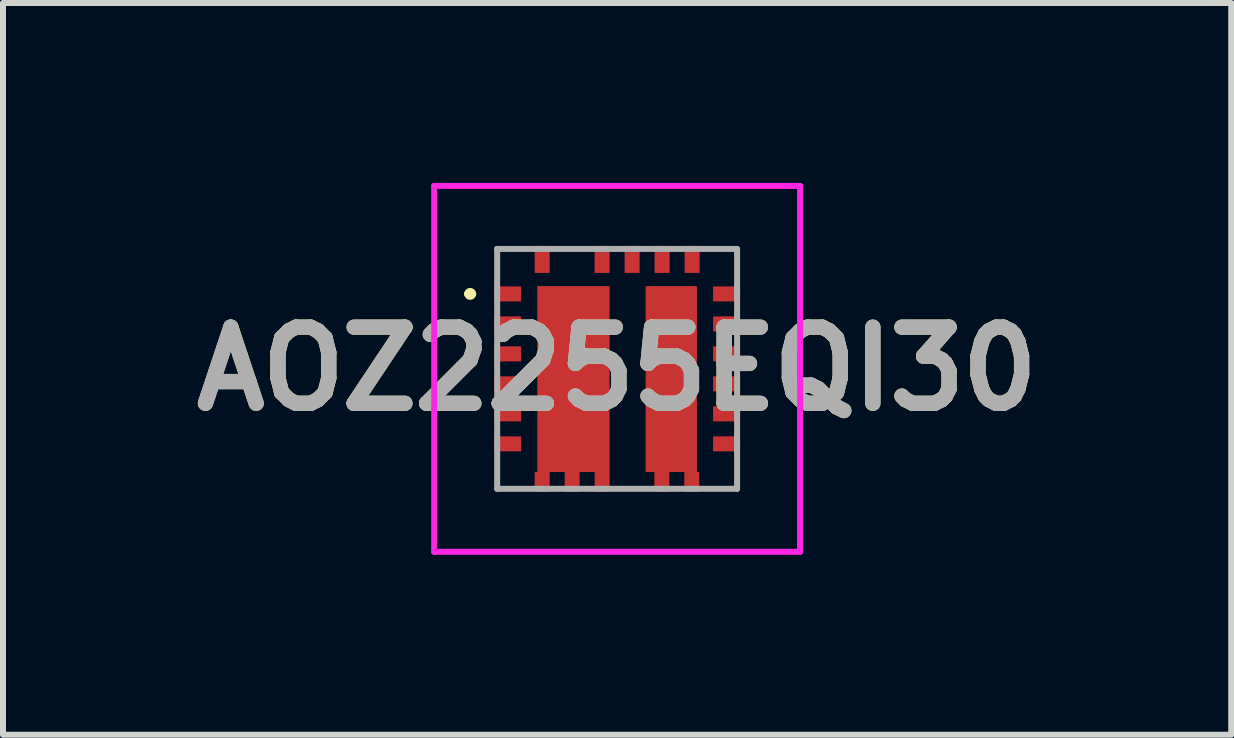
<source format=kicad_pcb>
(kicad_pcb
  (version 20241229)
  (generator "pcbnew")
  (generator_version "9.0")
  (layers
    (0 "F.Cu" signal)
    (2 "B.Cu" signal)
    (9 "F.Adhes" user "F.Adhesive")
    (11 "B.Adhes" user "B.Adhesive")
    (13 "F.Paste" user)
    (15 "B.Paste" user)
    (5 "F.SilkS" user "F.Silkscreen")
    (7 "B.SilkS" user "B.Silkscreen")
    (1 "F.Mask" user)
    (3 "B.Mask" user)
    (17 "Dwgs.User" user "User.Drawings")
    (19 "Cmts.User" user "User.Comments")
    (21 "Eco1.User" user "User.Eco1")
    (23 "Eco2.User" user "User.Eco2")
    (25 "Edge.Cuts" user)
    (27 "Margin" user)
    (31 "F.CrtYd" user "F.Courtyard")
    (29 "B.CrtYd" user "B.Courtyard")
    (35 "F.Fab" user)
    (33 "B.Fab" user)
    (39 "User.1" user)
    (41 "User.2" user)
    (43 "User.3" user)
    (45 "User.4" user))
  (footprint "AOZ2255EQI30"
    (layer "F.Cu")
    (at 7.239 3.1)
    (property "Reference" "AOZ2255EQI30" (at 0 0 0) (layer "F.SilkS") (effects (font (size 1.27 1.27) (thickness 0.254))))
    (attr smd)
    (fp_line (start -2.5 -1.25) (end -2.5 -1.25) (stroke (width 0.1) (type solid)) (layer "F.SilkS"))
    (fp_line (start -2.4 -1.25) (end -2.4 -1.25) (stroke (width 0.1) (type solid)) (layer "F.SilkS"))
    (fp_arc (start -2.5 -1.25) (mid -2.45 -1.3) (end -2.4 -1.25) (stroke (width 0.1) (type solid)) (layer "F.SilkS"))
    (fp_arc (start -2.4 -1.25) (mid -2.45 -1.2) (end -2.5 -1.25) (stroke (width 0.1) (type solid)) (layer "F.SilkS"))
    (fp_line (start -3.05 -3.05) (end 3.05 -3.05) (stroke (width 0.1) (type solid)) (layer "F.CrtYd"))
    (fp_line (start -3.05 3.05) (end -3.05 -3.05) (stroke (width 0.1) (type solid)) (layer "F.CrtYd"))
    (fp_line (start 3.05 -3.05) (end 3.05 3.05) (stroke (width 0.1) (type solid)) (layer "F.CrtYd"))
    (fp_line (start 3.05 3.05) (end -3.05 3.05) (stroke (width 0.1) (type solid)) (layer "F.CrtYd"))
    (fp_line (start -2 -2) (end 2 -2) (stroke (width 0.1) (type solid)) (layer "F.Fab"))
    (fp_line (start -2 2) (end -2 -2) (stroke (width 0.1) (type solid)) (layer "F.Fab"))
    (fp_line (start 2 -2) (end 2 2) (stroke (width 0.1) (type solid)) (layer "F.Fab"))
    (fp_line (start 2 2) (end -2 2) (stroke (width 0.1) (type solid)) (layer "F.Fab"))
    (fp_text user "${REFERENCE}" (at 0 0 0) (layer "F.Fab") (effects (font (size 1.27 1.27) (thickness 0.254))))
    (pad "1" smd rect (at -1.825 -1.25 90) (size 0.25 0.45) (layers "F.Cu" "F.Mask" "F.Paste"))
    (pad "2" smd rect (at -1.825 -0.75 90) (size 0.25 0.45) (layers "F.Cu" "F.Mask" "F.Paste"))
    (pad "3" smd rect (at -1.825 -0.25 90) (size 0.25 0.45) (layers "F.Cu" "F.Mask" "F.Paste"))
    (pad "4" smd rect (at -1.825 0.25 90) (size 0.25 0.45) (layers "F.Cu" "F.Mask" "F.Paste"))
    (pad "5" smd rect (at -1.825 0.75 90) (size 0.25 0.45) (layers "F.Cu" "F.Mask" "F.Paste"))
    (pad "6" smd rect (at -1.825 1.25 90) (size 0.25 0.45) (layers "F.Cu" "F.Mask" "F.Paste"))
    (pad "7" smd rect (at -1.25 1.885) (size 0.25 0.33) (layers "F.Cu" "F.Mask" "F.Paste"))
    (pad "8" smd rect (at -0.75 1.885) (size 0.25 0.33) (layers "F.Cu" "F.Mask" "F.Paste"))
    (pad "9" smd rect (at -0.25 1.885) (size 0.25 0.33) (layers "F.Cu" "F.Mask" "F.Paste"))
    (pad "10" smd rect (at 0.745 1.885) (size 0.25 0.33) (layers "F.Cu" "F.Mask" "F.Paste"))
    (pad "11" smd rect (at 1.245 1.885) (size 0.25 0.33) (layers "F.Cu" "F.Mask" "F.Paste"))
    (pad "12" smd rect (at 1.825 1.25 90) (size 0.25 0.45) (layers "F.Cu" "F.Mask" "F.Paste"))
    (pad "13" smd rect (at 1.825 0.75 90) (size 0.25 0.45) (layers "F.Cu" "F.Mask" "F.Paste"))
    (pad "14" smd rect (at 1.825 0.25 90) (size 0.25 0.45) (layers "F.Cu" "F.Mask" "F.Paste"))
    (pad "15" smd rect (at 1.825 -0.25 90) (size 0.25 0.45) (layers "F.Cu" "F.Mask" "F.Paste"))
    (pad "16" smd rect (at 1.825 -0.75 90) (size 0.25 0.45) (layers "F.Cu" "F.Mask" "F.Paste"))
    (pad "17" smd rect (at 1.825 -1.25 90) (size 0.25 0.45) (layers "F.Cu" "F.Mask" "F.Paste"))
    (pad "18" smd rect (at 1.25 -1.825) (size 0.25 0.45) (layers "F.Cu" "F.Mask" "F.Paste"))
    (pad "19" smd rect (at 0.75 -1.825) (size 0.25 0.45) (layers "F.Cu" "F.Mask" "F.Paste"))
    (pad "20" smd rect (at 0.25 -1.825) (size 0.25 0.45) (layers "F.Cu" "F.Mask" "F.Paste"))
    (pad "21" smd rect (at -0.25 -1.825) (size 0.25 0.45) (layers "F.Cu" "F.Mask" "F.Paste"))
    (pad "22" smd rect (at -1.25 -1.825) (size 0.25 0.45) (layers "F.Cu" "F.Mask" "F.Paste"))
    (pad "23" smd rect (at -0.728 0.17) (size 1.205 3.1) (layers "F.Cu" "F.Mask" "F.Paste"))
    (pad "24" smd rect (at 0.903 0.17) (size 0.855 3.1) (layers "F.Cu" "F.Mask" "F.Paste")))
  (gr_rect
    (start -3 -3)
    (end 17.478 9.2)
    (stroke (width 0.1) (type default))
    (fill no)
    (layer "Edge.Cuts")))
</source>
